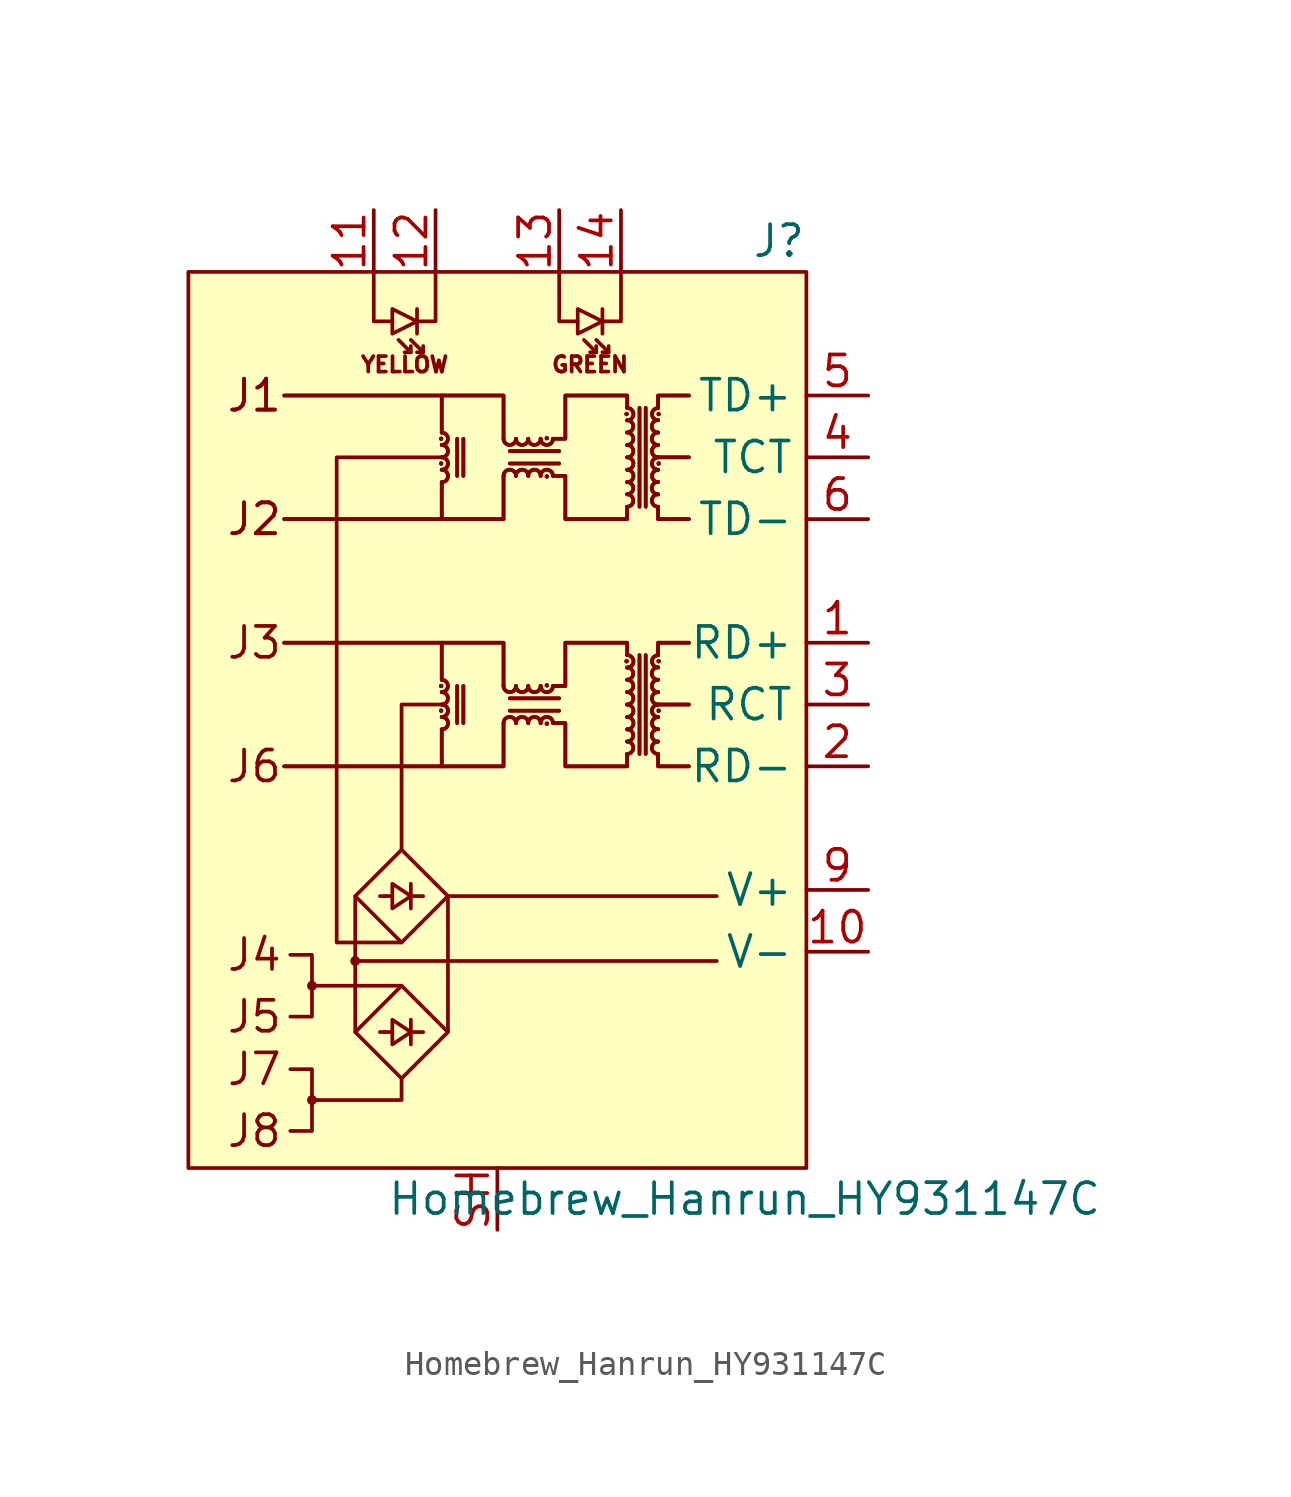
<source format=kicad_sym>
(kicad_symbol_lib
  (version 20231120)
  (generator "kicad_symbol_editor")
  (generator_version "8.0")
  (symbol "Homebrew_Hanrun_HY931147C"
    (property "Reference" "J"
      (at 12.7 13.97 0)
      (effects (font (size 1.27 1.27)) (justify right)))
    (property "Value" "Homebrew_Hanrun_HY931147C"
      (at 10.16 -25.4 0)
      (effects (font (size 1.27 1.27))))
    (symbol "Homebrew_Hanrun_HY931147C_0_0"
      (circle (center -7.62 -21.336) (radius 0.127) (stroke (width 0) (type solid)) (fill (type none)))
      (circle (center -7.62 -16.637) (radius 0.127) (stroke (width 0) (type solid)) (fill (type none)))
      (circle (center -5.842 -15.621) (radius 0.127) (stroke (width 0) (type solid)) (fill (type none)))
      (polyline (pts (xy -7.62 -16.637) (xy -3.937 -16.637)) (stroke (width 0) (type solid)) (fill (type none)))
      (polyline (pts (xy -5.842 -15.621) (xy 9.017 -15.621)) (stroke (width 0) (type solid)) (fill (type none)))
      (polyline (pts (xy -5.842 -12.954) (xy -5.842 -18.542)) (stroke (width 0) (type solid)) (fill (type none)))
      (polyline (pts (xy -4.572 -18.542) (xy -4.826 -18.542)) (stroke (width 0) (type solid)) (fill (type none)))
      (polyline (pts (xy -4.572 -12.954) (xy -4.826 -12.954)) (stroke (width 0) (type solid)) (fill (type none)))
      (polyline (pts (xy -3.556 -18.542) (xy -3.048 -18.542)) (stroke (width 0) (type solid)) (fill (type none)))
      (polyline (pts (xy -3.556 -18.034) (xy -3.556 -19.05)) (stroke (width 0) (type solid)) (fill (type none)))
      (polyline (pts (xy -3.556 -12.954) (xy -3.048 -12.954)) (stroke (width 0) (type solid)) (fill (type none)))
      (polyline (pts (xy -3.556 -12.446) (xy -3.556 -13.462)) (stroke (width 0) (type solid)) (fill (type none)))
      (polyline (pts (xy -2.032 -12.954) (xy -2.032 -18.542)) (stroke (width 0) (type solid)) (fill (type none)))
      (polyline (pts (xy -2.032 -12.954) (xy 9.017 -12.954)) (stroke (width 0) (type solid)) (fill (type none)))
      (polyline (pts (xy 7.874 -5.08) (xy 6.604 -5.08)) (stroke (width 0) (type solid)) (fill (type none)))
      (polyline (pts (xy 7.874 -5.08) (xy 6.604 -5.08)) (stroke (width 0) (type solid)) (fill (type none)))
      (polyline (pts (xy 7.874 5.08) (xy 6.604 5.08)) (stroke (width 0) (type solid)) (fill (type none)))
      (polyline (pts (xy 7.874 5.08) (xy 6.604 5.08)) (stroke (width 0) (type solid)) (fill (type none)))
      (polyline (pts (xy -7.62 -21.336) (xy -3.937 -21.336) (xy -3.937 -20.447)) (stroke (width 0) (type solid)) (fill (type none)))
      (polyline (pts (xy -3.937 -11.049) (xy -3.937 -5.08) (xy -2.286 -5.08)) (stroke (width 0) (type solid)) (fill (type none)))
      (polyline (pts (xy -8.509 -20.066) (xy -7.62 -20.066) (xy -7.62 -22.606) (xy -8.509 -22.606)) (stroke (width 0) (type solid)) (fill (type none)))
      (polyline (pts (xy -8.509 -15.367) (xy -7.62 -15.367) (xy -7.62 -17.907) (xy -8.509 -17.907)) (stroke (width 0) (type solid)) (fill (type none)))
      (polyline (pts (xy -3.937 -14.859) (xy -6.604 -14.859) (xy -6.604 5.08) (xy -2.286 5.08)) (stroke (width 0) (type solid)) (fill (type none)))
      (polyline (pts (xy -2.032 -18.542) (xy -3.937 -16.637) (xy -5.842 -18.542) (xy -3.937 -20.447) (xy -2.032 -18.542)) (stroke (width 0) (type solid)) (fill (type none)))
      (polyline (pts (xy -2.032 -12.954) (xy -3.937 -11.049) (xy -5.842 -12.954) (xy -3.937 -14.859) (xy -2.032 -12.954)) (stroke (width 0) (type solid)) (fill (type none)))
      (polyline (pts (xy -4.572 -18.542) (xy -4.318 -18.542) (xy -4.318 -18.034) (xy -3.556 -18.542) (xy -4.318 -19.05) (xy -4.318 -18.542)) (stroke (width 0) (type solid)) (fill (type none)))
      (polyline (pts (xy -4.572 -12.954) (xy -4.318 -12.954) (xy -4.318 -12.446) (xy -3.556 -12.954) (xy -4.318 -13.462) (xy -4.318 -12.954)) (stroke (width 0) (type solid)) (fill (type none)))
      (rectangle (start 12.7 12.7) (end -12.7 -24.13) (stroke (width 0) (type solid)) (fill (type background)))
      (text "GREEN" (at 3.81 8.89 0) (effects (font (size 0.635 0.635))))
      (text "J1" (at -11.176 7.62 0) (effects (font (size 1.27 1.27)) (justify left)))
      (text "J1" (at -11.176 7.62 0) (effects (font (size 1.27 1.27)) (justify left)))
      (text "J2" (at -11.176 2.54 0) (effects (font (size 1.27 1.27)) (justify left)))
      (text "J2" (at -11.176 2.54 0) (effects (font (size 1.27 1.27)) (justify left)))
      (text "J3" (at -11.176 -2.54 0) (effects (font (size 1.27 1.27)) (justify left)))
      (text "J4" (at -11.176 -15.367 0) (effects (font (size 1.27 1.27)) (justify left)))
      (text "J5" (at -11.176 -17.907 0) (effects (font (size 1.27 1.27)) (justify left)))
      (text "J6" (at -11.176 -7.62 0) (effects (font (size 1.27 1.27)) (justify left)))
      (text "J7" (at -11.176 -20.066 0) (effects (font (size 1.27 1.27)) (justify left)))
      (text "J8" (at -11.176 -22.606 0) (effects (font (size 1.27 1.27)) (justify left)))
      (text "YELLOW" (at -3.81 8.89 0) (effects (font (size 0.635 0.635)))))
    (symbol "Homebrew_Hanrun_HY931147C_0_1"
      (circle (center -2.311 -5.334) (radius 0.076) (stroke (width 0.025) (type solid)) (fill (type outline)))
      (circle (center -2.311 -5.334) (radius 0.076) (stroke (width 0.025) (type solid)) (fill (type outline)))
      (circle (center -2.311 -4.318) (radius 0.076) (stroke (width 0.025) (type solid)) (fill (type outline)))
      (circle (center -2.311 -4.318) (radius 0.076) (stroke (width 0.025) (type solid)) (fill (type outline)))
      (circle (center -2.311 4.826) (radius 0.076) (stroke (width 0.025) (type solid)) (fill (type outline)))
      (circle (center -2.311 4.826) (radius 0.076) (stroke (width 0.025) (type solid)) (fill (type outline)))
      (circle (center -2.311 5.842) (radius 0.076) (stroke (width 0.025) (type solid)) (fill (type outline)))
      (circle (center -2.311 5.842) (radius 0.076) (stroke (width 0.025) (type solid)) (fill (type outline)))
      (arc (start -2.286 -6.096) (mid -2.032 -5.842) (end -2.286 -5.588) (stroke (width 0) (type solid)) (fill (type none)))
      (arc (start -2.286 -6.096) (mid -2.032 -5.842) (end -2.286 -5.588) (stroke (width 0) (type solid)) (fill (type none)))
      (arc (start -2.286 -5.588) (mid -2.032 -5.334) (end -2.286 -5.08) (stroke (width 0) (type solid)) (fill (type none)))
      (arc (start -2.286 -5.588) (mid -2.032 -5.334) (end -2.286 -5.08) (stroke (width 0) (type solid)) (fill (type none)))
      (arc (start -2.286 -5.08) (mid -2.032 -4.826) (end -2.286 -4.572) (stroke (width 0) (type solid)) (fill (type none)))
      (arc (start -2.286 -5.08) (mid -2.032 -4.826) (end -2.286 -4.572) (stroke (width 0) (type solid)) (fill (type none)))
      (arc (start -2.286 -4.572) (mid -2.032 -4.318) (end -2.286 -4.064) (stroke (width 0) (type solid)) (fill (type none)))
      (arc (start -2.286 -4.572) (mid -2.032 -4.318) (end -2.286 -4.064) (stroke (width 0) (type solid)) (fill (type none)))
      (arc (start -2.286 4.064) (mid -2.032 4.318) (end -2.286 4.572) (stroke (width 0) (type solid)) (fill (type none)))
      (arc (start -2.286 4.064) (mid -2.032 4.318) (end -2.286 4.572) (stroke (width 0) (type solid)) (fill (type none)))
      (arc (start -2.286 4.572) (mid -2.032 4.826) (end -2.286 5.08) (stroke (width 0) (type solid)) (fill (type none)))
      (arc (start -2.286 4.572) (mid -2.032 4.826) (end -2.286 5.08) (stroke (width 0) (type solid)) (fill (type none)))
      (arc (start -2.286 5.08) (mid -2.032 5.334) (end -2.286 5.588) (stroke (width 0) (type solid)) (fill (type none)))
      (arc (start -2.286 5.08) (mid -2.032 5.334) (end -2.286 5.588) (stroke (width 0) (type solid)) (fill (type none)))
      (arc (start -2.286 5.588) (mid -2.032 5.842) (end -2.286 6.096) (stroke (width 0) (type solid)) (fill (type none)))
      (arc (start -2.286 5.588) (mid -2.032 5.842) (end -2.286 6.096) (stroke (width 0) (type solid)) (fill (type none)))
      (polyline (pts (xy -3.556 9.398) (xy -4.064 9.906)) (stroke (width 0) (type solid)) (fill (type none)))
      (polyline (pts (xy -3.302 11.176) (xy -3.302 10.16)) (stroke (width 0) (type solid)) (fill (type none)))
      (polyline (pts (xy -3.048 9.398) (xy -3.556 9.906)) (stroke (width 0) (type solid)) (fill (type none)))
      (polyline (pts (xy -2.286 -7.62) (xy -8.763 -7.62)) (stroke (width 0) (type solid)) (fill (type none)))
      (polyline (pts (xy -2.286 -7.62) (xy -8.763 -7.62)) (stroke (width 0) (type solid)) (fill (type none)))
      (polyline (pts (xy -2.286 -2.54) (xy -8.763 -2.54)) (stroke (width 0) (type solid)) (fill (type none)))
      (polyline (pts (xy -2.286 -2.54) (xy -8.763 -2.54)) (stroke (width 0) (type solid)) (fill (type none)))
      (polyline (pts (xy -2.286 2.54) (xy -8.763 2.54)) (stroke (width 0) (type solid)) (fill (type none)))
      (polyline (pts (xy -2.286 2.54) (xy -8.763 2.54)) (stroke (width 0) (type solid)) (fill (type none)))
      (polyline (pts (xy -2.286 7.62) (xy -8.763 7.62)) (stroke (width 0) (type solid)) (fill (type none)))
      (polyline (pts (xy -2.286 7.62) (xy -8.763 7.62)) (stroke (width 0) (type solid)) (fill (type none)))
      (polyline (pts (xy -1.651 -4.318) (xy -1.651 -5.842)) (stroke (width 0) (type solid)) (fill (type none)))
      (polyline (pts (xy -1.651 -4.318) (xy -1.651 -5.842)) (stroke (width 0) (type solid)) (fill (type none)))
      (polyline (pts (xy -1.651 5.842) (xy -1.651 4.318)) (stroke (width 0) (type solid)) (fill (type none)))
      (polyline (pts (xy -1.651 5.842) (xy -1.651 4.318)) (stroke (width 0) (type solid)) (fill (type none)))
      (polyline (pts (xy -1.397 -5.842) (xy -1.397 -4.318)) (stroke (width 0) (type solid)) (fill (type none)))
      (polyline (pts (xy -1.397 -5.842) (xy -1.397 -4.318)) (stroke (width 0) (type solid)) (fill (type none)))
      (polyline (pts (xy -1.397 4.318) (xy -1.397 5.842)) (stroke (width 0) (type solid)) (fill (type none)))
      (polyline (pts (xy -1.397 4.318) (xy -1.397 5.842)) (stroke (width 0) (type solid)) (fill (type none)))
      (polyline (pts (xy 0.508 -5.334) (xy 2.54 -5.334)) (stroke (width 0) (type solid)) (fill (type none)))
      (polyline (pts (xy 0.508 -5.334) (xy 2.54 -5.334)) (stroke (width 0) (type solid)) (fill (type none)))
      (polyline (pts (xy 0.508 4.826) (xy 2.54 4.826)) (stroke (width 0) (type solid)) (fill (type none)))
      (polyline (pts (xy 0.508 4.826) (xy 2.54 4.826)) (stroke (width 0) (type solid)) (fill (type none)))
      (polyline (pts (xy 2.54 -4.826) (xy 0.508 -4.826)) (stroke (width 0) (type solid)) (fill (type none)))
      (polyline (pts (xy 2.54 -4.826) (xy 0.508 -4.826)) (stroke (width 0) (type solid)) (fill (type none)))
      (polyline (pts (xy 2.54 5.334) (xy 0.508 5.334)) (stroke (width 0) (type solid)) (fill (type none)))
      (polyline (pts (xy 2.54 5.334) (xy 0.508 5.334)) (stroke (width 0) (type solid)) (fill (type none)))
      (polyline (pts (xy 4.064 9.398) (xy 3.556 9.906)) (stroke (width 0) (type solid)) (fill (type none)))
      (polyline (pts (xy 4.318 11.176) (xy 4.318 10.16)) (stroke (width 0) (type solid)) (fill (type none)))
      (polyline (pts (xy 4.572 9.398) (xy 4.064 9.906)) (stroke (width 0) (type solid)) (fill (type none)))
      (polyline (pts (xy 5.842 -3.048) (xy 5.842 -7.112)) (stroke (width 0) (type solid)) (fill (type none)))
      (polyline (pts (xy 5.842 -3.048) (xy 5.842 -7.112)) (stroke (width 0) (type solid)) (fill (type none)))
      (polyline (pts (xy 5.842 7.112) (xy 5.842 3.048)) (stroke (width 0) (type solid)) (fill (type none)))
      (polyline (pts (xy 5.842 7.112) (xy 5.842 3.048)) (stroke (width 0) (type solid)) (fill (type none)))
      (polyline (pts (xy 6.096 -7.112) (xy 6.096 -3.048)) (stroke (width 0) (type solid)) (fill (type none)))
      (polyline (pts (xy 6.096 -7.112) (xy 6.096 -3.048)) (stroke (width 0) (type solid)) (fill (type none)))
      (polyline (pts (xy 6.096 3.048) (xy 6.096 7.112)) (stroke (width 0) (type solid)) (fill (type none)))
      (polyline (pts (xy 6.096 3.048) (xy 6.096 7.112)) (stroke (width 0) (type solid)) (fill (type none)))
      (polyline (pts (xy -5.08 12.7) (xy -5.08 10.668) (xy -4.318 10.668)) (stroke (width 0) (type solid)) (fill (type none)))
      (polyline (pts (xy -3.556 9.652) (xy -3.556 9.398) (xy -3.81 9.398)) (stroke (width 0) (type solid)) (fill (type none)))
      (polyline (pts (xy -3.048 9.652) (xy -3.048 9.398) (xy -3.302 9.398)) (stroke (width 0) (type solid)) (fill (type none)))
      (polyline (pts (xy -2.54 12.7) (xy -2.54 10.668) (xy -3.302 10.668)) (stroke (width 0) (type solid)) (fill (type none)))
      (polyline (pts (xy 2.54 12.7) (xy 2.54 10.668) (xy 3.302 10.668)) (stroke (width 0) (type solid)) (fill (type none)))
      (polyline (pts (xy 4.064 9.652) (xy 4.064 9.398) (xy 3.81 9.398)) (stroke (width 0) (type solid)) (fill (type none)))
      (polyline (pts (xy 4.572 9.652) (xy 4.572 9.398) (xy 4.318 9.398)) (stroke (width 0) (type solid)) (fill (type none)))
      (polyline (pts (xy 5.08 12.7) (xy 5.08 10.668) (xy 4.318 10.668)) (stroke (width 0) (type solid)) (fill (type none)))
      (polyline (pts (xy 6.604 -7.112) (xy 6.604 -7.62) (xy 7.874 -7.62)) (stroke (width 0) (type solid)) (fill (type none)))
      (polyline (pts (xy 6.604 -7.112) (xy 6.604 -7.62) (xy 7.874 -7.62)) (stroke (width 0) (type solid)) (fill (type none)))
      (polyline (pts (xy 6.604 -3.048) (xy 6.604 -2.54) (xy 7.874 -2.54)) (stroke (width 0) (type solid)) (fill (type none)))
      (polyline (pts (xy 6.604 -3.048) (xy 6.604 -2.54) (xy 7.874 -2.54)) (stroke (width 0) (type solid)) (fill (type none)))
      (polyline (pts (xy 6.604 3.048) (xy 6.604 2.54) (xy 7.874 2.54)) (stroke (width 0) (type solid)) (fill (type none)))
      (polyline (pts (xy 6.604 3.048) (xy 6.604 2.54) (xy 7.874 2.54)) (stroke (width 0) (type solid)) (fill (type none)))
      (polyline (pts (xy 6.604 7.112) (xy 6.604 7.62) (xy 7.874 7.62)) (stroke (width 0) (type solid)) (fill (type none)))
      (polyline (pts (xy 6.604 7.112) (xy 6.604 7.62) (xy 7.874 7.62)) (stroke (width 0) (type solid)) (fill (type none)))
      (polyline (pts (xy -3.302 10.668) (xy -4.318 11.176) (xy -4.318 10.16) (xy -3.302 10.668)) (stroke (width 0) (type solid)) (fill (type none)))
      (polyline (pts (xy 0.254 -5.842) (xy 0.254 -7.62) (xy -2.286 -7.62) (xy -2.286 -6.096)) (stroke (width 0) (type solid)) (fill (type none)))
      (polyline (pts (xy 0.254 -5.842) (xy 0.254 -7.62) (xy -2.286 -7.62) (xy -2.286 -6.096)) (stroke (width 0) (type solid)) (fill (type none)))
      (polyline (pts (xy 0.254 -4.318) (xy 0.254 -2.54) (xy -2.286 -2.54) (xy -2.286 -4.064)) (stroke (width 0) (type solid)) (fill (type none)))
      (polyline (pts (xy 0.254 -4.318) (xy 0.254 -2.54) (xy -2.286 -2.54) (xy -2.286 -4.064)) (stroke (width 0) (type solid)) (fill (type none)))
      (polyline (pts (xy 0.254 4.318) (xy 0.254 2.54) (xy -2.286 2.54) (xy -2.286 4.064)) (stroke (width 0) (type solid)) (fill (type none)))
      (polyline (pts (xy 0.254 4.318) (xy 0.254 2.54) (xy -2.286 2.54) (xy -2.286 4.064)) (stroke (width 0) (type solid)) (fill (type none)))
      (polyline (pts (xy 0.254 5.842) (xy 0.254 7.62) (xy -2.286 7.62) (xy -2.286 6.096)) (stroke (width 0) (type solid)) (fill (type none)))
      (polyline (pts (xy 0.254 5.842) (xy 0.254 7.62) (xy -2.286 7.62) (xy -2.286 6.096)) (stroke (width 0) (type solid)) (fill (type none)))
      (polyline (pts (xy 4.318 10.668) (xy 3.302 11.176) (xy 3.302 10.16) (xy 4.318 10.668)) (stroke (width 0) (type solid)) (fill (type none)))
      (polyline (pts (xy 2.286 -4.318) (xy 2.794 -4.318) (xy 2.794 -2.54) (xy 5.334 -2.54) (xy 5.334 -3.048)) (stroke (width 0) (type solid)) (fill (type none)))
      (polyline (pts (xy 2.286 -4.318) (xy 2.794 -4.318) (xy 2.794 -2.54) (xy 5.334 -2.54) (xy 5.334 -3.048)) (stroke (width 0) (type solid)) (fill (type none)))
      (polyline (pts (xy 2.286 5.842) (xy 2.794 5.842) (xy 2.794 7.62) (xy 5.334 7.62) (xy 5.334 7.112)) (stroke (width 0) (type solid)) (fill (type none)))
      (polyline (pts (xy 2.286 5.842) (xy 2.794 5.842) (xy 2.794 7.62) (xy 5.334 7.62) (xy 5.334 7.112)) (stroke (width 0) (type solid)) (fill (type none)))
      (polyline (pts (xy 5.334 -7.112) (xy 5.334 -7.62) (xy 2.794 -7.62) (xy 2.794 -5.842) (xy 2.286 -5.842)) (stroke (width 0) (type solid)) (fill (type none)))
      (polyline (pts (xy 5.334 -7.112) (xy 5.334 -7.62) (xy 2.794 -7.62) (xy 2.794 -5.842) (xy 2.286 -5.842)) (stroke (width 0) (type solid)) (fill (type none)))
      (polyline (pts (xy 5.334 3.048) (xy 5.334 2.54) (xy 2.794 2.54) (xy 2.794 4.318) (xy 2.286 4.318)) (stroke (width 0) (type solid)) (fill (type none)))
      (polyline (pts (xy 5.334 3.048) (xy 5.334 2.54) (xy 2.794 2.54) (xy 2.794 4.318) (xy 2.286 4.318)) (stroke (width 0) (type solid)) (fill (type none)))
      (arc (start 0.254 -4.318) (mid 0.508 -4.572) (end 0.762 -4.318) (stroke (width 0) (type solid)) (fill (type none)))
      (arc (start 0.254 -4.318) (mid 0.508 -4.572) (end 0.762 -4.318) (stroke (width 0) (type solid)) (fill (type none)))
      (arc (start 0.254 5.842) (mid 0.508 5.588) (end 0.762 5.842) (stroke (width 0) (type solid)) (fill (type none)))
      (arc (start 0.254 5.842) (mid 0.508 5.588) (end 0.762 5.842) (stroke (width 0) (type solid)) (fill (type none)))
      (arc (start 0.762 -5.842) (mid 0.508 -5.588) (end 0.254 -5.842) (stroke (width 0) (type solid)) (fill (type none)))
      (arc (start 0.762 -5.842) (mid 0.508 -5.588) (end 0.254 -5.842) (stroke (width 0) (type solid)) (fill (type none)))
      (arc (start 0.762 -4.318) (mid 1.016 -4.572) (end 1.27 -4.318) (stroke (width 0) (type solid)) (fill (type none)))
      (arc (start 0.762 -4.318) (mid 1.016 -4.572) (end 1.27 -4.318) (stroke (width 0) (type solid)) (fill (type none)))
      (arc (start 0.762 4.318) (mid 0.508 4.572) (end 0.254 4.318) (stroke (width 0) (type solid)) (fill (type none)))
      (arc (start 0.762 4.318) (mid 0.508 4.572) (end 0.254 4.318) (stroke (width 0) (type solid)) (fill (type none)))
      (arc (start 0.762 5.842) (mid 1.016 5.588) (end 1.27 5.842) (stroke (width 0) (type solid)) (fill (type none)))
      (arc (start 0.762 5.842) (mid 1.016 5.588) (end 1.27 5.842) (stroke (width 0) (type solid)) (fill (type none)))
      (arc (start 1.27 -5.842) (mid 1.016 -5.588) (end 0.762 -5.842) (stroke (width 0) (type solid)) (fill (type none)))
      (arc (start 1.27 -5.842) (mid 1.016 -5.588) (end 0.762 -5.842) (stroke (width 0) (type solid)) (fill (type none)))
      (arc (start 1.27 -4.318) (mid 1.524 -4.572) (end 1.778 -4.318) (stroke (width 0) (type solid)) (fill (type none)))
      (arc (start 1.27 -4.318) (mid 1.524 -4.572) (end 1.778 -4.318) (stroke (width 0) (type solid)) (fill (type none)))
      (arc (start 1.27 4.318) (mid 1.016 4.572) (end 0.762 4.318) (stroke (width 0) (type solid)) (fill (type none)))
      (arc (start 1.27 4.318) (mid 1.016 4.572) (end 0.762 4.318) (stroke (width 0) (type solid)) (fill (type none)))
      (arc (start 1.27 5.842) (mid 1.524 5.588) (end 1.778 5.842) (stroke (width 0) (type solid)) (fill (type none)))
      (arc (start 1.27 5.842) (mid 1.524 5.588) (end 1.778 5.842) (stroke (width 0) (type solid)) (fill (type none)))
      (arc (start 1.778 -5.842) (mid 1.524 -5.588) (end 1.27 -5.842) (stroke (width 0) (type solid)) (fill (type none)))
      (arc (start 1.778 -5.842) (mid 1.524 -5.588) (end 1.27 -5.842) (stroke (width 0) (type solid)) (fill (type none)))
      (arc (start 1.778 -4.318) (mid 2.032 -4.572) (end 2.286 -4.318) (stroke (width 0) (type solid)) (fill (type none)))
      (arc (start 1.778 -4.318) (mid 2.032 -4.572) (end 2.286 -4.318) (stroke (width 0) (type solid)) (fill (type none)))
      (arc (start 1.778 4.318) (mid 1.524 4.572) (end 1.27 4.318) (stroke (width 0) (type solid)) (fill (type none)))
      (arc (start 1.778 4.318) (mid 1.524 4.572) (end 1.27 4.318) (stroke (width 0) (type solid)) (fill (type none)))
      (arc (start 1.778 5.842) (mid 2.032 5.588) (end 2.286 5.842) (stroke (width 0) (type solid)) (fill (type none)))
      (arc (start 1.778 5.842) (mid 2.032 5.588) (end 2.286 5.842) (stroke (width 0) (type solid)) (fill (type none)))
      (circle (center 2.032 -5.867) (radius 0.076) (stroke (width 0.025) (type solid)) (fill (type outline)))
      (circle (center 2.032 -5.867) (radius 0.076) (stroke (width 0.025) (type solid)) (fill (type outline)))
      (circle (center 2.032 -4.293) (radius 0.076) (stroke (width 0.025) (type solid)) (fill (type outline)))
      (circle (center 2.032 -4.293) (radius 0.076) (stroke (width 0.025) (type solid)) (fill (type outline)))
      (circle (center 2.032 4.293) (radius 0.076) (stroke (width 0.025) (type solid)) (fill (type outline)))
      (circle (center 2.032 4.293) (radius 0.076) (stroke (width 0.025) (type solid)) (fill (type outline)))
      (circle (center 2.032 5.867) (radius 0.076) (stroke (width 0.025) (type solid)) (fill (type outline)))
      (circle (center 2.032 5.867) (radius 0.076) (stroke (width 0.025) (type solid)) (fill (type outline)))
      (arc (start 2.286 -5.842) (mid 2.032 -5.588) (end 1.778 -5.842) (stroke (width 0) (type solid)) (fill (type none)))
      (arc (start 2.286 -5.842) (mid 2.032 -5.588) (end 1.778 -5.842) (stroke (width 0) (type solid)) (fill (type none)))
      (arc (start 2.286 4.318) (mid 2.032 4.572) (end 1.778 4.318) (stroke (width 0) (type solid)) (fill (type none)))
      (arc (start 2.286 4.318) (mid 2.032 4.572) (end 1.778 4.318) (stroke (width 0) (type solid)) (fill (type none)))
      (circle (center 5.309 -3.302) (radius 0.076) (stroke (width 0.025) (type solid)) (fill (type outline)))
      (circle (center 5.309 -3.302) (radius 0.076) (stroke (width 0.025) (type solid)) (fill (type outline)))
      (circle (center 5.309 6.858) (radius 0.076) (stroke (width 0.025) (type solid)) (fill (type outline)))
      (circle (center 5.309 6.858) (radius 0.076) (stroke (width 0.025) (type solid)) (fill (type outline)))
      (arc (start 5.334 -7.112) (mid 5.588 -6.858) (end 5.334 -6.604) (stroke (width 0) (type solid)) (fill (type none)))
      (arc (start 5.334 -7.112) (mid 5.588 -6.858) (end 5.334 -6.604) (stroke (width 0) (type solid)) (fill (type none)))
      (arc (start 5.334 -6.604) (mid 5.588 -6.35) (end 5.334 -6.096) (stroke (width 0) (type solid)) (fill (type none)))
      (arc (start 5.334 -6.604) (mid 5.588 -6.35) (end 5.334 -6.096) (stroke (width 0) (type solid)) (fill (type none)))
      (arc (start 5.334 -6.096) (mid 5.588 -5.842) (end 5.334 -5.588) (stroke (width 0) (type solid)) (fill (type none)))
      (arc (start 5.334 -6.096) (mid 5.588 -5.842) (end 5.334 -5.588) (stroke (width 0) (type solid)) (fill (type none)))
      (arc (start 5.334 -5.588) (mid 5.588 -5.334) (end 5.334 -5.08) (stroke (width 0) (type solid)) (fill (type none)))
      (arc (start 5.334 -5.588) (mid 5.588 -5.334) (end 5.334 -5.08) (stroke (width 0) (type solid)) (fill (type none)))
      (arc (start 5.334 -5.08) (mid 5.588 -4.826) (end 5.334 -4.572) (stroke (width 0) (type solid)) (fill (type none)))
      (arc (start 5.334 -5.08) (mid 5.588 -4.826) (end 5.334 -4.572) (stroke (width 0) (type solid)) (fill (type none)))
      (arc (start 5.334 -4.572) (mid 5.588 -4.318) (end 5.334 -4.064) (stroke (width 0) (type solid)) (fill (type none)))
      (arc (start 5.334 -4.572) (mid 5.588 -4.318) (end 5.334 -4.064) (stroke (width 0) (type solid)) (fill (type none)))
      (arc (start 5.334 -4.064) (mid 5.588 -3.81) (end 5.334 -3.556) (stroke (width 0) (type solid)) (fill (type none)))
      (arc (start 5.334 -4.064) (mid 5.588 -3.81) (end 5.334 -3.556) (stroke (width 0) (type solid)) (fill (type none)))
      (arc (start 5.334 -3.556) (mid 5.588 -3.302) (end 5.334 -3.048) (stroke (width 0) (type solid)) (fill (type none)))
      (arc (start 5.334 -3.556) (mid 5.588 -3.302) (end 5.334 -3.048) (stroke (width 0) (type solid)) (fill (type none)))
      (arc (start 5.334 3.048) (mid 5.588 3.302) (end 5.334 3.556) (stroke (width 0) (type solid)) (fill (type none)))
      (arc (start 5.334 3.048) (mid 5.588 3.302) (end 5.334 3.556) (stroke (width 0) (type solid)) (fill (type none)))
      (arc (start 5.334 3.556) (mid 5.588 3.81) (end 5.334 4.064) (stroke (width 0) (type solid)) (fill (type none)))
      (arc (start 5.334 3.556) (mid 5.588 3.81) (end 5.334 4.064) (stroke (width 0) (type solid)) (fill (type none)))
      (arc (start 5.334 4.064) (mid 5.588 4.318) (end 5.334 4.572) (stroke (width 0) (type solid)) (fill (type none)))
      (arc (start 5.334 4.064) (mid 5.588 4.318) (end 5.334 4.572) (stroke (width 0) (type solid)) (fill (type none)))
      (arc (start 5.334 4.572) (mid 5.588 4.826) (end 5.334 5.08) (stroke (width 0) (type solid)) (fill (type none)))
      (arc (start 5.334 4.572) (mid 5.588 4.826) (end 5.334 5.08) (stroke (width 0) (type solid)) (fill (type none)))
      (arc (start 5.334 5.08) (mid 5.588 5.334) (end 5.334 5.588) (stroke (width 0) (type solid)) (fill (type none)))
      (arc (start 5.334 5.08) (mid 5.588 5.334) (end 5.334 5.588) (stroke (width 0) (type solid)) (fill (type none)))
      (arc (start 5.334 5.588) (mid 5.588 5.842) (end 5.334 6.096) (stroke (width 0) (type solid)) (fill (type none)))
      (arc (start 5.334 5.588) (mid 5.588 5.842) (end 5.334 6.096) (stroke (width 0) (type solid)) (fill (type none)))
      (arc (start 5.334 6.096) (mid 5.588 6.35) (end 5.334 6.604) (stroke (width 0) (type solid)) (fill (type none)))
      (arc (start 5.334 6.096) (mid 5.588 6.35) (end 5.334 6.604) (stroke (width 0) (type solid)) (fill (type none)))
      (arc (start 5.334 6.604) (mid 5.588 6.858) (end 5.334 7.112) (stroke (width 0) (type solid)) (fill (type none)))
      (arc (start 5.334 6.604) (mid 5.588 6.858) (end 5.334 7.112) (stroke (width 0) (type solid)) (fill (type none)))
      (arc (start 6.604 -6.604) (mid 6.35 -6.858) (end 6.604 -7.112) (stroke (width 0) (type solid)) (fill (type none)))
      (arc (start 6.604 -6.604) (mid 6.35 -6.858) (end 6.604 -7.112) (stroke (width 0) (type solid)) (fill (type none)))
      (arc (start 6.604 -6.096) (mid 6.35 -6.35) (end 6.604 -6.604) (stroke (width 0) (type solid)) (fill (type none)))
      (arc (start 6.604 -6.096) (mid 6.35 -6.35) (end 6.604 -6.604) (stroke (width 0) (type solid)) (fill (type none)))
      (arc (start 6.604 -5.588) (mid 6.35 -5.842) (end 6.604 -6.096) (stroke (width 0) (type solid)) (fill (type none)))
      (arc (start 6.604 -5.588) (mid 6.35 -5.842) (end 6.604 -6.096) (stroke (width 0) (type solid)) (fill (type none)))
      (arc (start 6.604 -5.08) (mid 6.35 -5.334) (end 6.604 -5.588) (stroke (width 0) (type solid)) (fill (type none)))
      (arc (start 6.604 -5.08) (mid 6.35 -5.334) (end 6.604 -5.588) (stroke (width 0) (type solid)) (fill (type none)))
      (arc (start 6.604 -4.572) (mid 6.35 -4.826) (end 6.604 -5.08) (stroke (width 0) (type solid)) (fill (type none)))
      (arc (start 6.604 -4.572) (mid 6.35 -4.826) (end 6.604 -5.08) (stroke (width 0) (type solid)) (fill (type none)))
      (arc (start 6.604 -4.064) (mid 6.35 -4.318) (end 6.604 -4.572) (stroke (width 0) (type solid)) (fill (type none)))
      (arc (start 6.604 -4.064) (mid 6.35 -4.318) (end 6.604 -4.572) (stroke (width 0) (type solid)) (fill (type none)))
      (arc (start 6.604 -3.556) (mid 6.35 -3.81) (end 6.604 -4.064) (stroke (width 0) (type solid)) (fill (type none)))
      (arc (start 6.604 -3.556) (mid 6.35 -3.81) (end 6.604 -4.064) (stroke (width 0) (type solid)) (fill (type none)))
      (arc (start 6.604 -3.048) (mid 6.35 -3.302) (end 6.604 -3.556) (stroke (width 0) (type solid)) (fill (type none)))
      (arc (start 6.604 -3.048) (mid 6.35 -3.302) (end 6.604 -3.556) (stroke (width 0) (type solid)) (fill (type none)))
      (arc (start 6.604 3.556) (mid 6.35 3.302) (end 6.604 3.048) (stroke (width 0) (type solid)) (fill (type none)))
      (arc (start 6.604 3.556) (mid 6.35 3.302) (end 6.604 3.048) (stroke (width 0) (type solid)) (fill (type none)))
      (arc (start 6.604 4.064) (mid 6.35 3.81) (end 6.604 3.556) (stroke (width 0) (type solid)) (fill (type none)))
      (arc (start 6.604 4.064) (mid 6.35 3.81) (end 6.604 3.556) (stroke (width 0) (type solid)) (fill (type none)))
      (arc (start 6.604 4.572) (mid 6.35 4.318) (end 6.604 4.064) (stroke (width 0) (type solid)) (fill (type none)))
      (arc (start 6.604 4.572) (mid 6.35 4.318) (end 6.604 4.064) (stroke (width 0) (type solid)) (fill (type none)))
      (arc (start 6.604 5.08) (mid 6.35 4.826) (end 6.604 4.572) (stroke (width 0) (type solid)) (fill (type none)))
      (arc (start 6.604 5.08) (mid 6.35 4.826) (end 6.604 4.572) (stroke (width 0) (type solid)) (fill (type none)))
      (arc (start 6.604 5.588) (mid 6.35 5.334) (end 6.604 5.08) (stroke (width 0) (type solid)) (fill (type none)))
      (arc (start 6.604 5.588) (mid 6.35 5.334) (end 6.604 5.08) (stroke (width 0) (type solid)) (fill (type none)))
      (arc (start 6.604 6.096) (mid 6.35 5.842) (end 6.604 5.588) (stroke (width 0) (type solid)) (fill (type none)))
      (arc (start 6.604 6.096) (mid 6.35 5.842) (end 6.604 5.588) (stroke (width 0) (type solid)) (fill (type none)))
      (arc (start 6.604 6.604) (mid 6.35 6.35) (end 6.604 6.096) (stroke (width 0) (type solid)) (fill (type none)))
      (arc (start 6.604 6.604) (mid 6.35 6.35) (end 6.604 6.096) (stroke (width 0) (type solid)) (fill (type none)))
      (arc (start 6.604 7.112) (mid 6.35 6.858) (end 6.604 6.604) (stroke (width 0) (type solid)) (fill (type none)))
      (arc (start 6.604 7.112) (mid 6.35 6.858) (end 6.604 6.604) (stroke (width 0) (type solid)) (fill (type none)))
      (circle (center 6.629 -5.334) (radius 0.076) (stroke (width 0.025) (type solid)) (fill (type outline)))
      (circle (center 6.629 -5.334) (radius 0.076) (stroke (width 0.025) (type solid)) (fill (type outline)))
      (circle (center 6.629 -3.302) (radius 0.076) (stroke (width 0.025) (type solid)) (fill (type outline)))
      (circle (center 6.629 -3.302) (radius 0.076) (stroke (width 0.025) (type solid)) (fill (type outline)))
      (circle (center 6.629 4.826) (radius 0.076) (stroke (width 0.025) (type solid)) (fill (type outline)))
      (circle (center 6.629 4.826) (radius 0.076) (stroke (width 0.025) (type solid)) (fill (type outline)))
      (circle (center 6.629 6.858) (radius 0.076) (stroke (width 0.025) (type solid)) (fill (type outline)))
      (circle (center 6.629 6.858) (radius 0.076) (stroke (width 0.025) (type solid)) (fill (type outline))))
    (symbol "Homebrew_Hanrun_HY931147C_1_1"
      (pin passive line (at 15.24 -2.54 180) (length 2.54) (name "RD+" (effects (font (size 1.27 1.27)))) (number "1" (effects (font (size 1.27 1.27)))))
      (pin power_out line (at 15.24 -15.24 180) (length 2.54) (name "V-" (effects (font (size 1.27 1.27)))) (number "10" (effects (font (size 1.27 1.27)))))
      (pin passive line (at -5.08 15.24 270) (length 2.54) (name "~" (effects (font (size 1.27 1.27)))) (number "11" (effects (font (size 1.27 1.27)))))
      (pin passive line (at -2.54 15.24 270) (length 2.54) (name "~" (effects (font (size 1.27 1.27)))) (number "12" (effects (font (size 1.27 1.27)))))
      (pin passive line (at 2.54 15.24 270) (length 2.54) (name "~" (effects (font (size 1.27 1.27)))) (number "13" (effects (font (size 1.27 1.27)))))
      (pin passive line (at 5.08 15.24 270) (length 2.54) (name "~" (effects (font (size 1.27 1.27)))) (number "14" (effects (font (size 1.27 1.27)))))
      (pin passive line (at 15.24 -7.62 180) (length 2.54) (name "RD-" (effects (font (size 1.27 1.27)))) (number "2" (effects (font (size 1.27 1.27)))))
      (pin passive line (at 15.24 -5.08 180) (length 2.54) (name "RCT" (effects (font (size 1.27 1.27)))) (number "3" (effects (font (size 1.27 1.27)))))
      (pin passive line (at 15.24 5.08 180) (length 2.54) (name "TCT" (effects (font (size 1.27 1.27)))) (number "4" (effects (font (size 1.27 1.27)))))
      (pin passive line (at 15.24 7.62 180) (length 2.54) (name "TD+" (effects (font (size 1.27 1.27)))) (number "5" (effects (font (size 1.27 1.27)))))
      (pin passive line (at 15.24 2.54 180) (length 2.54) (name "TD-" (effects (font (size 1.27 1.27)))) (number "6" (effects (font (size 1.27 1.27)))))
      (pin power_out line (at 15.24 -12.7 180) (length 2.54) (name "V+" (effects (font (size 1.27 1.27)))) (number "9" (effects (font (size 1.27 1.27)))))
      (pin passive line (at 0 -26.67 90) (length 2.54) (name "~" (effects (font (size 1.27 1.27)))) (number "SH" (effects (font (size 1.27 1.27))))))))
</source>
